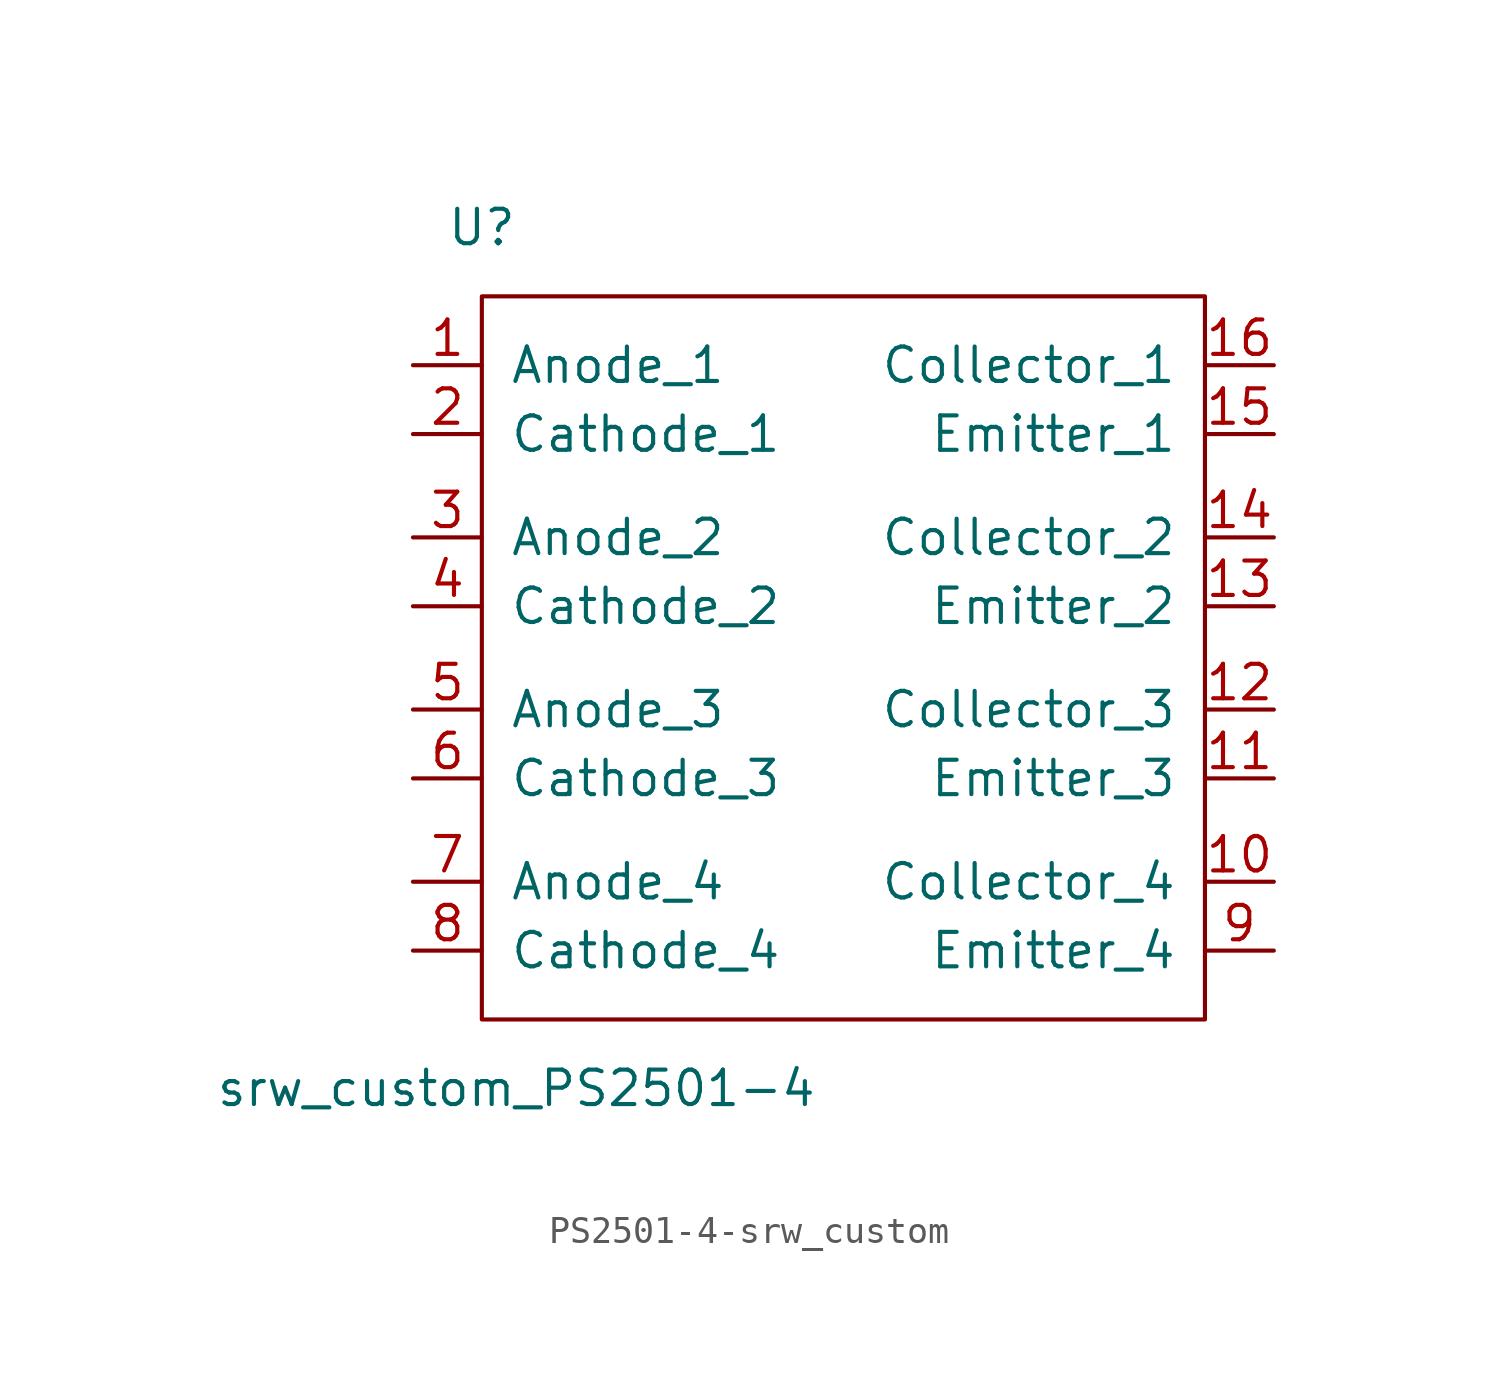
<source format=kicad_sym>
(kicad_symbol_lib
  (version 20220914)
  (generator kicad_symbol_editor)
  (symbol "PS2501-4-srw_custom"
    (pin_names
      (offset 1.016))
    (property "Reference" "U"
      (at 0 0 0)
      (effects (font (size 1.27 1.27))))
    (property "Value" "srw_custom_PS2501-4"
      (at 1.27 -31.75 0)
      (effects (font (size 1.27 1.27))))
    (symbol "PS2501-4-srw_custom_0_1"
      (rectangle (start 0 -2.54) (end 26.67 -29.21) (stroke (width 0) (type solid)) (fill (type none))))
    (symbol "PS2501-4-srw_custom_1_1"
      (pin input line (at -2.54 -5.08 0) (length 2.54) (name "Anode_1" (effects (font (size 1.27 1.27)))) (number "1" (effects (font (size 1.27 1.27)))))
      (pin input line (at 29.21 -24.13 180) (length 2.54) (name "Collector_4" (effects (font (size 1.27 1.27)))) (number "10" (effects (font (size 1.27 1.27)))))
      (pin input line (at 29.21 -20.32 180) (length 2.54) (name "Emitter_3" (effects (font (size 1.27 1.27)))) (number "11" (effects (font (size 1.27 1.27)))))
      (pin input line (at 29.21 -17.78 180) (length 2.54) (name "Collector_3" (effects (font (size 1.27 1.27)))) (number "12" (effects (font (size 1.27 1.27)))))
      (pin input line (at 29.21 -13.97 180) (length 2.54) (name "Emitter_2" (effects (font (size 1.27 1.27)))) (number "13" (effects (font (size 1.27 1.27)))))
      (pin input line (at 29.21 -11.43 180) (length 2.54) (name "Collector_2" (effects (font (size 1.27 1.27)))) (number "14" (effects (font (size 1.27 1.27)))))
      (pin input line (at 29.21 -7.62 180) (length 2.54) (name "Emitter_1" (effects (font (size 1.27 1.27)))) (number "15" (effects (font (size 1.27 1.27)))))
      (pin input line (at 29.21 -5.08 180) (length 2.54) (name "Collector_1" (effects (font (size 1.27 1.27)))) (number "16" (effects (font (size 1.27 1.27)))))
      (pin input line (at -2.54 -7.62 0) (length 2.54) (name "Cathode_1" (effects (font (size 1.27 1.27)))) (number "2" (effects (font (size 1.27 1.27)))))
      (pin input line (at -2.54 -11.43 0) (length 2.54) (name "Anode_2" (effects (font (size 1.27 1.27)))) (number "3" (effects (font (size 1.27 1.27)))))
      (pin input line (at -2.54 -13.97 0) (length 2.54) (name "Cathode_2" (effects (font (size 1.27 1.27)))) (number "4" (effects (font (size 1.27 1.27)))))
      (pin input line (at -2.54 -17.78 0) (length 2.54) (name "Anode_3" (effects (font (size 1.27 1.27)))) (number "5" (effects (font (size 1.27 1.27)))))
      (pin input line (at -2.54 -20.32 0) (length 2.54) (name "Cathode_3" (effects (font (size 1.27 1.27)))) (number "6" (effects (font (size 1.27 1.27)))))
      (pin input line (at -2.54 -24.13 0) (length 2.54) (name "Anode_4" (effects (font (size 1.27 1.27)))) (number "7" (effects (font (size 1.27 1.27)))))
      (pin input line (at -2.54 -26.67 0) (length 2.54) (name "Cathode_4" (effects (font (size 1.27 1.27)))) (number "8" (effects (font (size 1.27 1.27)))))
      (pin input line (at 29.21 -26.67 180) (length 2.54) (name "Emitter_4" (effects (font (size 1.27 1.27)))) (number "9" (effects (font (size 1.27 1.27))))))))
</source>
